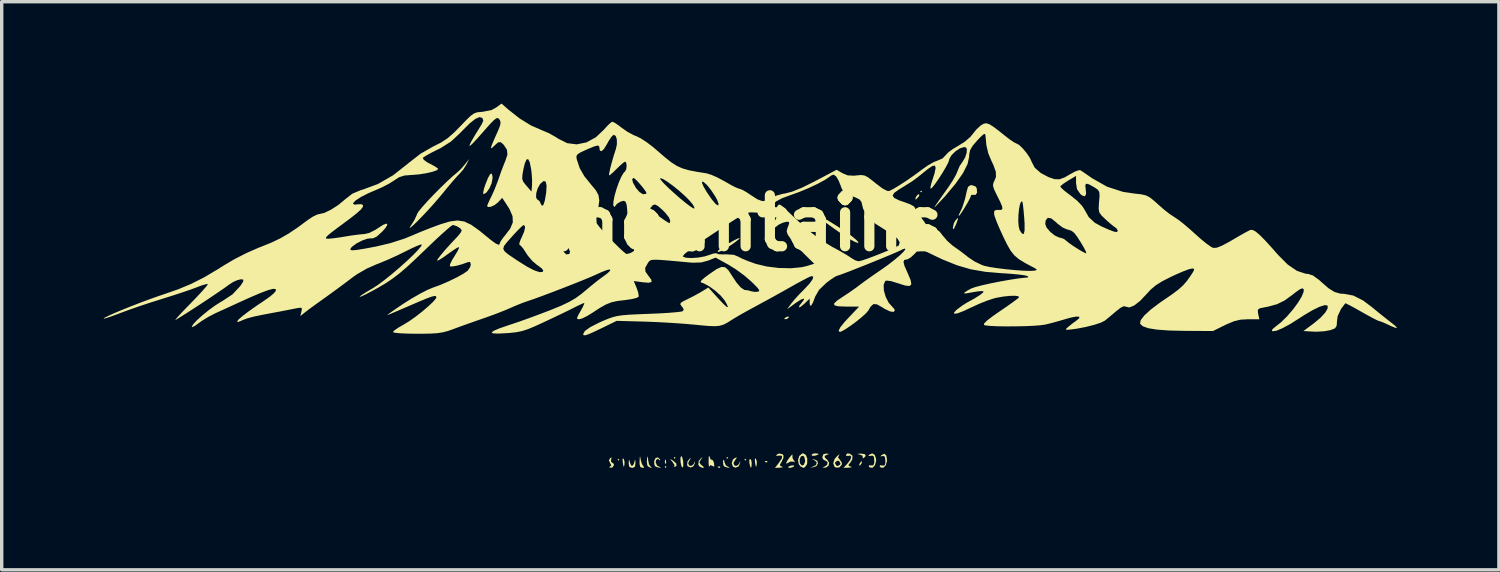
<source format=kicad_pcb>
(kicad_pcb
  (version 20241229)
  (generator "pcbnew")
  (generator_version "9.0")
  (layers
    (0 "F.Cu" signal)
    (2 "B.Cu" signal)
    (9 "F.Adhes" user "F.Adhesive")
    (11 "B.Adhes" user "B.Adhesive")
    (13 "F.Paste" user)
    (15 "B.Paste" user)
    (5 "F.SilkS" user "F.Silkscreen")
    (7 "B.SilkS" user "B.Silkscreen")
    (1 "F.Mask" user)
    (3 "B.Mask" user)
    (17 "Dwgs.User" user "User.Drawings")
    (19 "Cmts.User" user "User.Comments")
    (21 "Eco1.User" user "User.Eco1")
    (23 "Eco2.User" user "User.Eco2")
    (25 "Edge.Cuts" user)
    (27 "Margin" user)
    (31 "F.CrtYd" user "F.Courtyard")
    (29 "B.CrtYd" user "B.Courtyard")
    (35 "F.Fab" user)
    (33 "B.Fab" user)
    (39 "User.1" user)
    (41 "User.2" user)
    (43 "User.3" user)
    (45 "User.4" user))
  (footprint "mountains"
    (layer "F.Cu")
    (at 18.978 3.523)
    (property "Reference" "mountains" (at 0 0 0) (layer "F.SilkS") (effects (font (size 1.5 1.5) (thickness 0.3))))
    (attr board_only exclude_from_pos_files exclude_from_bom)
    (fp_poly (pts (xy -3.789 6.964) (xy -3.815 6.99) (xy -3.842 6.964) (xy -3.815 6.937)) (stroke (width 0) (type solid)) (fill yes) (layer "F.SilkS"))
    (fp_poly (pts (xy -2.401 7.177) (xy -2.428 7.204) (xy -2.455 7.177) (xy -2.428 7.15)) (stroke (width 0) (type solid)) (fill yes) (layer "F.SilkS"))
    (fp_poly (pts (xy -2.134 6.91) (xy -2.161 6.937) (xy -2.188 6.91) (xy -2.161 6.884)) (stroke (width 0) (type solid)) (fill yes) (layer "F.SilkS"))
    (fp_poly (pts (xy -0.587 6.91) (xy -0.614 6.937) (xy -0.64 6.91) (xy -0.614 6.884)) (stroke (width 0) (type solid)) (fill yes) (layer "F.SilkS"))
    (fp_poly (pts (xy -0.053 6.964) (xy -0.08 6.99) (xy -0.107 6.964) (xy -0.08 6.937)) (stroke (width 0) (type solid)) (fill yes) (layer "F.SilkS"))
    (fp_poly (pts (xy 5.123 -0.934) (xy 5.096 -0.907) (xy 5.069 -0.934) (xy 5.096 -0.961)) (stroke (width 0) (type solid)) (fill yes) (layer "F.SilkS"))
    (fp_poly (pts (xy -2.418 6.98) (xy -2.412 7.064) (xy -2.422 7.083) (xy -2.447 7.067) (xy -2.45 7.013) (xy -2.437 6.956)) (stroke (width 0) (type solid)) (fill yes) (layer "F.SilkS"))
    (fp_poly (pts (xy -0.818 7.168) (xy -0.826 7.2) (xy -0.854 7.204) (xy -0.898 7.184) (xy -0.889 7.168) (xy -0.826 7.162)) (stroke (width 0) (type solid)) (fill yes) (layer "F.SilkS"))
    (fp_poly (pts (xy 0.569 7.008) (xy 0.562 7.04) (xy 0.534 7.044) (xy 0.49 7.024) (xy 0.498 7.008) (xy 0.561 7.002)) (stroke (width 0) (type solid)) (fill yes) (layer "F.SilkS"))
    (fp_poly (pts (xy 1.2 2.775) (xy 1.143 2.82) (xy 1.082 2.827) (xy 1.067 2.807) (xy 1.109 2.773) (xy 1.15 2.754) (xy 1.205 2.751)) (stroke (width 0) (type solid)) (fill yes) (layer "F.SilkS"))
    (fp_poly (pts (xy 3.345 7.072) (xy 3.315 7.111) (xy 3.27 7.145) (xy 3.281 7.092) (xy 3.285 7.081) (xy 3.327 7.016) (xy 3.351 7.016)) (stroke (width 0) (type solid)) (fill yes) (layer "F.SilkS"))
    (fp_poly (pts (xy -3.668 6.929) (xy -3.638 7.015) (xy -3.639 7.104) (xy -3.655 7.174) (xy -3.67 7.15) (xy -3.688 7.055) (xy -3.697 6.946) (xy -3.674 6.924)) (stroke (width 0) (type solid)) (fill yes) (layer "F.SilkS"))
    (fp_poly (pts (xy 0.095 6.983) (xy 0.107 7.07) (xy 0.1 7.171) (xy 0.086 7.204) (xy 0.062 7.158) (xy 0.04 7.07) (xy 0.037 6.971) (xy 0.061 6.937)) (stroke (width 0) (type solid)) (fill yes) (layer "F.SilkS"))
    (fp_poly (pts (xy 0.227 6.929) (xy 0.258 7.015) (xy 0.256 7.104) (xy 0.24 7.174) (xy 0.225 7.15) (xy 0.207 7.055) (xy 0.199 6.946) (xy 0.221 6.924)) (stroke (width 0) (type solid)) (fill yes) (layer "F.SilkS"))
    (fp_poly (pts (xy 1.358 7.155) (xy 1.299 7.192) (xy 1.219 7.205) (xy 1.174 7.186) (xy 1.174 7.183) (xy 1.218 7.155) (xy 1.281 7.135) (xy 1.353 7.131)) (stroke (width 0) (type solid)) (fill yes) (layer "F.SilkS"))
    (fp_poly (pts (xy 2.061 6.785) (xy 2.081 6.797) (xy 2.037 6.825) (xy 1.974 6.846) (xy 1.889 6.849) (xy 1.868 6.825) (xy 1.912 6.786) (xy 1.974 6.777)) (stroke (width 0) (type solid)) (fill yes) (layer "F.SilkS"))
    (fp_poly (pts (xy 5.046 -0.822) (xy 5.016 -0.774) (xy 4.953 -0.707) (xy 4.931 -0.694) (xy 4.931 -0.734) (xy 4.943 -0.774) (xy 4.999 -0.844) (xy 5.028 -0.854)) (stroke (width 0) (type solid)) (fill yes) (layer "F.SilkS"))
    (fp_poly (pts (xy 6.183 -0.13) (xy 6.144 -0.016) (xy 6.112 0.061) (xy 6.061 0.164) (xy 6.036 0.17) (xy 6.032 0.13) (xy 6.062 0.000337) (xy 6.108 -0.083) (xy 6.171 -0.153)) (stroke (width 0) (type solid)) (fill yes) (layer "F.SilkS"))
    (fp_poly (pts (xy -2.201 6.996) (xy -2.114 7.076) (xy -2.107 7.146) (xy -2.164 7.178) (xy -2.182 7.169) (xy -2.171 7.163) (xy -2.17 7.112) (xy -2.225 7.031) (xy -2.289 6.956) (xy -2.275 6.951)) (stroke (width 0) (type solid)) (fill yes) (layer "F.SilkS"))
    (fp_poly (pts (xy -1.941 6.885) (xy -1.915 6.99) (xy -1.911 7.017) (xy -1.907 7.155) (xy -1.93 7.2) (xy -1.963 7.148) (xy -1.986 7.041) (xy -1.992 6.92) (xy -1.972 6.855) (xy -1.971 6.855)) (stroke (width 0) (type solid)) (fill yes) (layer "F.SilkS"))
    (fp_poly (pts (xy 3.436 6.8) (xy 3.467 6.851) (xy 3.407 6.915) (xy 3.37 6.922) (xy 3.381 6.896) (xy 3.366 6.843) (xy 3.296 6.815) (xy 3.224 6.798) (xy 3.251 6.789) (xy 3.322 6.784)) (stroke (width 0) (type solid)) (fill yes) (layer "F.SilkS"))
    (fp_poly (pts (xy -3.165 6.942) (xy -3.162 6.963) (xy -3.126 7.09) (xy -3.077 7.163) (xy -3.058 7.195) (xy -3.108 7.203) (xy -3.171 7.181) (xy -3.194 7.094) (xy -3.194 7.004) (xy -3.187 6.884) (xy -3.179 6.865)) (stroke (width 0) (type solid)) (fill yes) (layer "F.SilkS"))
    (fp_poly (pts (xy -0.698 7.026) (xy -0.657 7.129) (xy -0.6 7.167) (xy -0.536 7.187) (xy -0.576 7.196) (xy -0.602 7.198) (xy -0.698 7.165) (xy -0.727 7.125) (xy -0.738 7.013) (xy -0.73 6.979) (xy -0.707 6.967)) (stroke (width 0) (type solid)) (fill yes) (layer "F.SilkS"))
    (fp_poly (pts (xy -2.947 6.899) (xy -2.942 6.973) (xy -2.918 7.098) (xy -2.87 7.168) (xy -2.868 7.168) (xy -2.83 7.193) (xy -2.87 7.2) (xy -2.947 7.161) (xy -2.967 7.128) (xy -2.981 7.016) (xy -2.973 6.928) (xy -2.956 6.864)) (stroke (width 0) (type solid)) (fill yes) (layer "F.SilkS"))
    (fp_poly (pts (xy -7.526 -1.382) (xy -7.524 -1.325) (xy -7.55 -1.178) (xy -7.616 -1.028) (xy -7.7 -0.908) (xy -7.784 -0.854) (xy -7.791 -0.854) (xy -7.8 -0.899) (xy -7.776 -1.015) (xy -7.741 -1.123) (xy -7.659 -1.331) (xy -7.594 -1.445) (xy -7.548 -1.463)) (stroke (width 0) (type solid)) (fill yes) (layer "F.SilkS"))
    (fp_poly (pts (xy -1.353 6.909) (xy -1.388 6.956) (xy -1.434 7.04) (xy -1.395 7.104) (xy -1.362 7.13) (xy -1.298 7.185) (xy -1.323 7.203) (xy -1.345 7.204) (xy -1.434 7.16) (xy -1.464 7.114) (xy -1.454 7.006) (xy -1.406 6.941) (xy -1.343 6.886)) (stroke (width 0) (type solid)) (fill yes) (layer "F.SilkS"))
    (fp_poly (pts (xy 1.933 6.953) (xy 1.948 6.954) (xy 2.039 6.998) (xy 2.058 7.078) (xy 2.011 7.154) (xy 1.921 7.186) (xy 1.836 7.19) (xy 1.854 7.181) (xy 1.908 7.169) (xy 2.005 7.116) (xy 2.021 7.039) (xy 1.951 6.976) (xy 1.934 6.971) (xy 1.883 6.952)) (stroke (width 0) (type solid)) (fill yes) (layer "F.SilkS"))
    (fp_poly (pts (xy -4.029 6.945) (xy -4.031 6.95) (xy -4.036 7.028) (xy -4.008 7.044) (xy -3.955 7.087) (xy -3.949 7.124) (xy -3.992 7.189) (xy -4.042 7.2) (xy -4.094 7.187) (xy -4.067 7.168) (xy -4.025 7.127) (xy -4.062 7.063) (xy -4.098 6.981) (xy -4.061 6.921) (xy -4.017 6.889)) (stroke (width 0) (type solid)) (fill yes) (layer "F.SilkS"))
    (fp_poly (pts (xy -1.136 6.871) (xy -1.103 6.954) (xy -1.07 6.965) (xy -1.029 6.989) (xy -1.001 7.071) (xy -0.993 7.16) (xy -1.027 7.161) (xy -1.043 7.149) (xy -1.11 7.124) (xy -1.138 7.162) (xy -1.153 7.157) (xy -1.162 7.067) (xy -1.162 6.99) (xy -1.157 6.875) (xy -1.145 6.844)) (stroke (width 0) (type solid)) (fill yes) (layer "F.SilkS"))
    (fp_poly (pts (xy -0.242 0.435) (xy -0.272 0.472) (xy -0.368 0.549) (xy -0.472 0.624) (xy -0.659 0.745) (xy -0.801 0.822) (xy -0.883 0.849) (xy -0.893 0.821) (xy -0.888 0.813) (xy -0.829 0.76) (xy -0.712 0.68) (xy -0.566 0.591) (xy -0.42 0.509) (xy -0.303 0.451) (xy -0.243 0.434)) (stroke (width 0) (type solid)) (fill yes) (layer "F.SilkS"))
    (fp_poly (pts (xy 1.307 6.819) (xy 1.308 6.912) (xy 1.343 6.976) (xy 1.385 7.036) (xy 1.354 7.028) (xy 1.345 7.023) (xy 1.251 7.017) (xy 1.198 7.046) (xy 1.136 7.079) (xy 1.122 7.064) (xy 1.154 6.994) (xy 1.229 6.888) (xy 1.233 6.884) (xy 1.297 6.813) (xy 1.311 6.811)) (stroke (width 0) (type solid)) (fill yes) (layer "F.SilkS"))
    (fp_poly (pts (xy -3.32 6.988) (xy -3.316 7.057) (xy -3.329 7.167) (xy -3.395 7.203) (xy -3.415 7.204) (xy -3.494 7.179) (xy -3.515 7.085) (xy -3.515 7.057) (xy -3.507 6.965) (xy -3.496 6.975) (xy -3.484 7.03) (xy -3.449 7.124) (xy -3.415 7.15) (xy -3.371 7.105) (xy -3.346 7.03) (xy -3.329 6.96)) (stroke (width 0) (type solid)) (fill yes) (layer "F.SilkS"))
    (fp_poly (pts (xy -1.695 6.934) (xy -1.751 7.034) (xy -1.761 7.081) (xy -1.728 7.142) (xy -1.657 7.141) (xy -1.596 7.085) (xy -1.586 7.057) (xy -1.57 7.006) (xy -1.568 7.058) (xy -1.569 7.07) (xy -1.611 7.161) (xy -1.694 7.194) (xy -1.774 7.159) (xy -1.795 7.124) (xy -1.784 7.017) (xy -1.729 6.946) (xy -1.677 6.906)) (stroke (width 0) (type solid)) (fill yes) (layer "F.SilkS"))
    (fp_poly (pts (xy -2.658 6.896) (xy -2.593 6.95) (xy -2.587 6.967) (xy -2.595 6.987) (xy -2.601 6.977) (xy -2.659 6.936) (xy -2.71 6.979) (xy -2.721 7.04) (xy -2.68 7.136) (xy -2.628 7.167) (xy -2.563 7.187) (xy -2.603 7.196) (xy -2.63 7.198) (xy -2.726 7.164) (xy -2.755 7.124) (xy -2.767 7.014) (xy -2.731 6.924) (xy -2.666 6.894)) (stroke (width 0) (type solid)) (fill yes) (layer "F.SilkS"))
    (fp_poly (pts (xy -0.354 6.938) (xy -0.36 6.944) (xy -0.419 7.039) (xy -0.427 7.081) (xy -0.393 7.142) (xy -0.323 7.141) (xy -0.262 7.085) (xy -0.252 7.057) (xy -0.236 7.006) (xy -0.234 7.058) (xy -0.235 7.07) (xy -0.278 7.161) (xy -0.366 7.199) (xy -0.443 7.17) (xy -0.481 7.069) (xy -0.447 6.961) (xy -0.387 6.913) (xy -0.326 6.897)) (stroke (width 0) (type solid)) (fill yes) (layer "F.SilkS"))
    (fp_poly (pts (xy 3.731 6.824) (xy 3.77 6.942) (xy 3.771 7) (xy 3.737 7.126) (xy 3.669 7.198) (xy 3.591 7.197) (xy 3.553 7.158) (xy 3.567 7.127) (xy 3.62 7.133) (xy 3.688 7.131) (xy 3.715 7.06) (xy 3.718 6.99) (xy 3.707 6.876) (xy 3.662 6.842) (xy 3.612 6.85) (xy 3.544 6.858) (xy 3.564 6.82) (xy 3.656 6.777)) (stroke (width 0) (type solid)) (fill yes) (layer "F.SilkS"))
    (fp_poly (pts (xy 4.07 6.84) (xy 4.092 6.973) (xy 4.091 7.003) (xy 4.057 7.127) (xy 3.988 7.198) (xy 3.91 7.196) (xy 3.874 7.158) (xy 3.888 7.128) (xy 3.945 7.134) (xy 4.017 7.136) (xy 4.043 7.072) (xy 4.044 6.993) (xy 4.029 6.879) (xy 3.983 6.85) (xy 3.954 6.858) (xy 3.9 6.869) (xy 3.931 6.827) (xy 4.013 6.787)) (stroke (width 0) (type solid)) (fill yes) (layer "F.SilkS"))
    (fp_poly (pts (xy 1.006 6.799) (xy 1.042 6.833) (xy 1.041 6.913) (xy 0.993 7.016) (xy 0.94 7.108) (xy 0.952 7.15) (xy 1.002 7.167) (xy 1.027 7.186) (xy 0.955 7.197) (xy 0.943 7.198) (xy 0.793 7.204) (xy 0.903 7.063) (xy 0.994 6.926) (xy 1.002 6.851) (xy 0.927 6.841) (xy 0.907 6.846) (xy 0.835 6.849) (xy 0.83 6.825) (xy 0.909 6.78)) (stroke (width 0) (type solid)) (fill yes) (layer "F.SilkS"))
    (fp_poly (pts (xy 2.07 -0.239) (xy 2.208 -0.165) (xy 2.39 -0.058) (xy 2.593 0.068) (xy 2.796 0.2) (xy 2.975 0.323) (xy 3.038 0.369) (xy 3.186 0.49) (xy 3.25 0.56) (xy 3.237 0.581) (xy 3.157 0.555) (xy 3.018 0.483) (xy 2.83 0.365) (xy 2.792 0.339) (xy 2.54 0.164) (xy 2.322 0.007) (xy 2.149 -0.123) (xy 2.036 -0.217) (xy 1.993 -0.263) (xy 1.997 -0.267)) (stroke (width 0) (type solid)) (fill yes) (layer "F.SilkS"))
    (fp_poly (pts (xy 2.994 6.786) (xy 3.064 6.836) (xy 3.076 6.859) (xy 3.068 6.958) (xy 3.017 7.041) (xy 2.957 7.117) (xy 2.974 7.151) (xy 3.024 7.166) (xy 3.056 7.185) (xy 2.986 7.197) (xy 2.966 7.198) (xy 2.81 7.204) (xy 2.926 7.08) (xy 3.011 6.967) (xy 3.039 6.879) (xy 3.008 6.841) (xy 2.962 6.85) (xy 2.893 6.851) (xy 2.882 6.829) (xy 2.918 6.781)) (stroke (width 0) (type solid)) (fill yes) (layer "F.SilkS"))
    (fp_poly (pts (xy 2.38 6.792) (xy 2.35 6.81) (xy 2.335 6.814) (xy 2.252 6.853) (xy 2.268 6.911) (xy 2.33 6.963) (xy 2.388 7.053) (xy 2.369 7.145) (xy 2.287 7.196) (xy 2.256 7.198) (xy 2.19 7.19) (xy 2.229 7.174) (xy 2.255 7.167) (xy 2.329 7.115) (xy 2.344 7.042) (xy 2.294 6.993) (xy 2.268 6.99) (xy 2.203 6.946) (xy 2.188 6.884) (xy 2.22 6.8) (xy 2.308 6.783)) (stroke (width 0) (type solid)) (fill yes) (layer "F.SilkS"))
    (fp_poly (pts (xy 6.699 -1.083) (xy 6.735 -1.027) (xy 6.744 -0.898) (xy 6.698 -0.833) (xy 6.64 -0.836) (xy 6.574 -0.833) (xy 6.563 -0.81) (xy 6.538 -0.742) (xy 6.475 -0.621) (xy 6.391 -0.478) (xy 6.306 -0.342) (xy 6.237 -0.244) (xy 6.205 -0.213) (xy 6.205 -0.247) (xy 6.212 -0.259) (xy 6.306 -0.456) (xy 6.388 -0.709) (xy 6.441 -0.947) (xy 6.477 -1.071) (xy 6.549 -1.118) (xy 6.59 -1.121)) (stroke (width 0) (type solid)) (fill yes) (layer "F.SilkS"))
    (fp_poly (pts (xy 2.689 6.821) (xy 2.683 6.827) (xy 2.649 6.9) (xy 2.705 6.965) (xy 2.764 7.058) (xy 2.758 7.116) (xy 2.685 7.193) (xy 2.583 7.195) (xy 2.544 7.168) (xy 2.509 7.07) (xy 2.561 7.07) (xy 2.604 7.141) (xy 2.641 7.15) (xy 2.712 7.108) (xy 2.721 7.07) (xy 2.679 7) (xy 2.641 6.99) (xy 2.571 7.033) (xy 2.561 7.07) (xy 2.509 7.07) (xy 2.508 7.066) (xy 2.551 6.94) (xy 2.628 6.853) (xy 2.692 6.805)) (stroke (width 0) (type solid)) (fill yes) (layer "F.SilkS"))
    (fp_poly (pts (xy 1.701 6.823) (xy 1.744 6.934) (xy 1.741 7.071) (xy 1.734 7.097) (xy 1.676 7.184) (xy 1.626 7.204) (xy 1.544 7.162) (xy 1.494 7.097) (xy 1.47 6.973) (xy 1.477 6.954) (xy 1.518 6.954) (xy 1.526 7.064) (xy 1.529 7.073) (xy 1.584 7.136) (xy 1.644 7.114) (xy 1.679 7.022) (xy 1.681 6.99) (xy 1.658 6.886) (xy 1.621 6.846) (xy 1.556 6.867) (xy 1.518 6.954) (xy 1.477 6.954) (xy 1.508 6.854) (xy 1.591 6.783) (xy 1.626 6.777)) (stroke (width 0) (type solid)) (fill yes) (layer "F.SilkS"))
    (fp_poly (pts (xy -8.29 -1.734) (xy -8.384 -1.584) (xy -8.486 -1.467) (xy -8.567 -1.383) (xy -8.696 -1.237) (xy -8.853 -1.051) (xy -8.992 -0.88) (xy -9.136 -0.709) (xy -9.294 -0.528) (xy -9.456 -0.35) (xy -9.613 -0.185) (xy -9.752 -0.043) (xy -9.865 0.065) (xy -9.94 0.128) (xy -9.967 0.136) (xy -9.935 0.078) (xy -9.917 0.053) (xy -9.823 -0.098) (xy -9.757 -0.24) (xy -9.749 -0.268) (xy -9.702 -0.346) (xy -9.592 -0.479) (xy -9.438 -0.651) (xy -9.253 -0.846) (xy -9.055 -1.046) (xy -8.861 -1.234) (xy -8.685 -1.394) (xy -8.563 -1.496) (xy -8.457 -1.595) (xy -8.343 -1.726) (xy -8.335 -1.736) (xy -8.212 -1.894)) (stroke (width 0) (type solid)) (fill yes) (layer "F.SilkS"))
    (fp_poly (pts (xy -7.058 -3.346) (xy -6.728 -3.086) (xy -6.391 -2.878) (xy -6.08 -2.742) (xy -5.868 -2.653) (xy -5.654 -2.533) (xy -5.589 -2.489) (xy -5.326 -2.357) (xy -5.043 -2.322) (xy -4.756 -2.381) (xy -4.481 -2.531) (xy -4.247 -2.753) (xy -4.131 -2.881) (xy -4.037 -2.966) (xy -3.995 -2.988) (xy -3.925 -2.957) (xy -3.806 -2.877) (xy -3.718 -2.808) (xy -3.545 -2.688) (xy -3.362 -2.591) (xy -3.289 -2.562) (xy -3.156 -2.497) (xy -2.976 -2.379) (xy -2.782 -2.23) (xy -2.71 -2.168) (xy -2.463 -1.955) (xy -2.269 -1.799) (xy -2.101 -1.69) (xy -1.932 -1.614) (xy -1.736 -1.558) (xy -1.485 -1.51) (xy -1.223 -1.469) (xy -1.082 -1.426) (xy -0.892 -1.342) (xy -0.692 -1.234) (xy -0.679 -1.227) (xy -0.501 -1.125) (xy -0.352 -1.049) (xy -0.26 -1.015) (xy -0.252 -1.014) (xy -0.172 -0.985) (xy -0.039 -0.909) (xy 0.084 -0.827) (xy 0.275 -0.704) (xy 0.419 -0.651) (xy 0.545 -0.665) (xy 0.681 -0.741) (xy 0.683 -0.742) (xy 0.825 -0.81) (xy 1.013 -0.863) (xy 1.087 -0.875) (xy 1.298 -0.929) (xy 1.589 -1.047) (xy 1.959 -1.23) (xy 1.978 -1.24) (xy 2.609 -1.574) (xy 2.777 -1.474) (xy 2.936 -1.408) (xy 3.119 -1.399) (xy 3.194 -1.407) (xy 3.325 -1.419) (xy 3.426 -1.406) (xy 3.527 -1.356) (xy 3.661 -1.255) (xy 3.756 -1.177) (xy 3.954 -1.027) (xy 4.094 -0.953) (xy 4.156 -0.948) (xy 4.278 -1.009) (xy 4.459 -1.118) (xy 4.675 -1.259) (xy 4.898 -1.414) (xy 5.105 -1.567) (xy 5.125 -1.582) (xy 5.3 -1.705) (xy 5.468 -1.8) (xy 5.586 -1.846) (xy 5.728 -1.908) (xy 5.815 -1.998) (xy 5.895 -2.085) (xy 6.038 -2.19) (xy 6.179 -2.272) (xy 6.384 -2.401) (xy 6.55 -2.545) (xy 6.604 -2.612) (xy 6.72 -2.757) (xy 6.847 -2.874) (xy 6.867 -2.888) (xy 6.943 -2.931) (xy 7.014 -2.943) (xy 7.099 -2.918) (xy 7.216 -2.847) (xy 7.382 -2.722) (xy 7.566 -2.575) (xy 7.716 -2.46) (xy 7.837 -2.379) (xy 7.902 -2.348) (xy 7.981 -2.307) (xy 8.089 -2.203) (xy 8.203 -2.066) (xy 8.299 -1.924) (xy 8.352 -1.808) (xy 8.354 -1.802) (xy 8.441 -1.636) (xy 8.619 -1.479) (xy 8.851 -1.356) (xy 9.026 -1.297) (xy 9.17 -1.293) (xy 9.324 -1.349) (xy 9.478 -1.439) (xy 9.625 -1.52) (xy 9.741 -1.562) (xy 9.786 -1.561) (xy 9.858 -1.513) (xy 9.988 -1.424) (xy 10.133 -1.324) (xy 10.57 -1.076) (xy 11.042 -0.923) (xy 11.381 -0.873) (xy 11.579 -0.851) (xy 11.717 -0.819) (xy 11.833 -0.759) (xy 11.964 -0.654) (xy 12.077 -0.552) (xy 12.25 -0.401) (xy 12.418 -0.269) (xy 12.547 -0.184) (xy 12.557 -0.178) (xy 12.667 -0.105) (xy 12.829 0.022) (xy 13.018 0.183) (xy 13.151 0.303) (xy 13.337 0.468) (xy 13.506 0.606) (xy 13.637 0.698) (xy 13.696 0.727) (xy 13.799 0.722) (xy 13.956 0.661) (xy 14.181 0.541) (xy 14.259 0.495) (xy 14.461 0.376) (xy 14.636 0.278) (xy 14.759 0.213) (xy 14.794 0.197) (xy 14.859 0.198) (xy 14.948 0.246) (xy 15.071 0.35) (xy 15.236 0.517) (xy 15.453 0.756) (xy 15.604 0.929) (xy 15.891 1.217) (xy 16.164 1.403) (xy 16.422 1.488) (xy 16.494 1.493) (xy 16.634 1.539) (xy 16.818 1.673) (xy 16.892 1.74) (xy 17.097 1.918) (xy 17.269 2.024) (xy 17.435 2.073) (xy 17.561 2.081) (xy 17.823 2.13) (xy 18.112 2.276) (xy 18.373 2.472) (xy 18.568 2.633) (xy 18.779 2.801) (xy 18.907 2.901) (xy 19.054 3.018) (xy 19.11 3.079) (xy 19.075 3.084) (xy 18.948 3.035) (xy 18.849 2.988) (xy 18.707 2.924) (xy 18.606 2.886) (xy 18.583 2.882) (xy 18.521 2.856) (xy 18.388 2.789) (xy 18.207 2.69) (xy 18.068 2.612) (xy 17.871 2.501) (xy 17.712 2.415) (xy 17.612 2.366) (xy 17.587 2.358) (xy 17.55 2.407) (xy 17.475 2.507) (xy 17.459 2.529) (xy 17.362 2.736) (xy 17.342 2.887) (xy 17.333 3.022) (xy 17.285 3.094) (xy 17.167 3.143) (xy 17.142 3.15) (xy 16.969 3.181) (xy 16.755 3.195) (xy 16.649 3.192) (xy 16.355 3.175) (xy 16.665 2.944) (xy 16.856 2.785) (xy 16.994 2.635) (xy 17.068 2.511) (xy 17.065 2.427) (xy 17.061 2.422) (xy 16.98 2.412) (xy 16.828 2.461) (xy 16.62 2.562) (xy 16.371 2.71) (xy 16.241 2.794) (xy 15.973 2.964) (xy 15.743 3.089) (xy 15.565 3.164) (xy 15.452 3.182) (xy 15.426 3.169) (xy 15.442 3.121) (xy 15.525 3.05) (xy 15.527 3.049) (xy 15.697 2.915) (xy 15.874 2.74) (xy 16.045 2.542) (xy 16.192 2.343) (xy 16.303 2.161) (xy 16.361 2.017) (xy 16.362 1.946) (xy 16.327 1.916) (xy 16.255 1.942) (xy 16.129 2.03) (xy 16.041 2.1) (xy 15.807 2.271) (xy 15.582 2.383) (xy 15.319 2.456) (xy 15.191 2.48) (xy 15.061 2.508) (xy 15.011 2.553) (xy 15.016 2.642) (xy 15.022 2.671) (xy 15.056 2.828) (xy 14.725 2.828) (xy 14.505 2.84) (xy 14.311 2.886) (xy 14.091 2.978) (xy 14.041 3.002) (xy 13.689 3.175) (xy 12.861 3.17) (xy 12.404 3.16) (xy 12.048 3.134) (xy 11.789 3.093) (xy 11.622 3.034) (xy 11.544 2.958) (xy 11.543 2.955) (xy 11.561 2.858) (xy 11.666 2.72) (xy 11.851 2.549) (xy 12.109 2.353) (xy 12.237 2.265) (xy 12.489 2.092) (xy 12.671 1.955) (xy 12.807 1.833) (xy 12.918 1.707) (xy 13.023 1.561) (xy 13.109 1.428) (xy 13.138 1.361) (xy 13.113 1.337) (xy 13.072 1.334) (xy 12.981 1.356) (xy 12.82 1.416) (xy 12.616 1.503) (xy 12.466 1.573) (xy 12.2 1.707) (xy 12.006 1.828) (xy 11.854 1.957) (xy 11.739 2.082) (xy 11.544 2.288) (xy 11.369 2.424) (xy 11.225 2.481) (xy 11.13 2.458) (xy 11.065 2.443) (xy 10.964 2.494) (xy 10.827 2.602) (xy 10.682 2.725) (xy 10.559 2.827) (xy 10.505 2.87) (xy 10.387 2.929) (xy 10.192 2.993) (xy 9.95 3.054) (xy 9.69 3.104) (xy 9.578 3.12) (xy 9.424 3.138) (xy 9.359 3.136) (xy 9.369 3.107) (xy 9.421 3.058) (xy 9.553 2.952) (xy 9.661 2.874) (xy 9.754 2.796) (xy 9.752 2.754) (xy 9.663 2.749) (xy 9.493 2.782) (xy 9.355 2.821) (xy 9.129 2.887) (xy 8.904 2.948) (xy 8.751 2.985) (xy 8.609 3.005) (xy 8.399 3.021) (xy 8.144 3.032) (xy 7.866 3.037) (xy 7.589 3.038) (xy 7.335 3.034) (xy 7.127 3.024) (xy 6.989 3.009) (xy 6.948 2.996) (xy 6.952 2.952) (xy 7.04 2.864) (xy 7.216 2.73) (xy 7.415 2.592) (xy 7.625 2.448) (xy 7.802 2.323) (xy 7.926 2.23) (xy 7.981 2.183) (xy 7.981 2.183) (xy 7.958 2.15) (xy 7.856 2.136) (xy 7.697 2.14) (xy 7.507 2.161) (xy 7.309 2.197) (xy 7.251 2.211) (xy 7.05 2.276) (xy 6.808 2.372) (xy 6.578 2.478) (xy 6.577 2.478) (xy 6.348 2.585) (xy 6.181 2.649) (xy 6.083 2.668) (xy 6.061 2.64) (xy 6.125 2.566) (xy 6.163 2.533) (xy 6.308 2.425) (xy 6.446 2.338) (xy 6.457 2.332) (xy 6.668 2.216) (xy 6.828 2.115) (xy 6.921 2.041) (xy 6.937 2.016) (xy 6.895 1.997) (xy 6.765 2.007) (xy 6.541 2.045) (xy 6.47 2.059) (xy 6.37 2.071) (xy 6.368 2.045) (xy 6.464 1.981) (xy 6.568 1.925) (xy 6.688 1.881) (xy 6.887 1.829) (xy 7.14 1.772) (xy 7.421 1.716) (xy 7.703 1.666) (xy 7.961 1.626) (xy 8.168 1.603) (xy 8.237 1.599) (xy 8.252 1.579) (xy 8.218 1.553) (xy 8.136 1.533) (xy 7.97 1.511) (xy 7.746 1.49) (xy 7.486 1.473) (xy 7.476 1.473) (xy 6.986 1.431) (xy 6.559 1.357) (xy 6.157 1.24) (xy 5.737 1.071) (xy 5.554 0.985) (xy 5.051 0.743) (xy 4.903 0.905) (xy 4.791 1.008) (xy 4.695 1.064) (xy 4.675 1.067) (xy 4.6 1.082) (xy 4.577 1.139) (xy 4.605 1.253) (xy 4.687 1.44) (xy 4.699 1.467) (xy 4.787 1.672) (xy 4.809 1.797) (xy 4.758 1.849) (xy 4.626 1.836) (xy 4.42 1.77) (xy 4.205 1.704) (xy 4.073 1.69) (xy 4.038 1.704) (xy 3.992 1.817) (xy 4 1.984) (xy 4.053 2.169) (xy 4.142 2.342) (xy 4.239 2.452) (xy 4.308 2.529) (xy 4.322 2.568) (xy 4.283 2.613) (xy 4.178 2.596) (xy 4.022 2.521) (xy 3.951 2.476) (xy 3.797 2.389) (xy 3.693 2.381) (xy 3.608 2.458) (xy 3.547 2.564) (xy 3.477 2.648) (xy 3.348 2.765) (xy 3.185 2.898) (xy 3.011 3.025) (xy 2.854 3.13) (xy 2.738 3.192) (xy 2.702 3.202) (xy 2.666 3.169) (xy 2.713 3.071) (xy 2.843 2.908) (xy 2.97 2.771) (xy 3.271 2.455) (xy 2.885 2.455) (xy 2.664 2.447) (xy 2.547 2.42) (xy 2.531 2.368) (xy 2.616 2.283) (xy 2.797 2.161) (xy 2.994 2.031) (xy 3.197 1.887) (xy 3.274 1.828) (xy 3.421 1.719) (xy 3.621 1.576) (xy 3.841 1.424) (xy 3.922 1.369) (xy 4.122 1.227) (xy 4.302 1.088) (xy 4.453 0.961) (xy 4.564 0.855) (xy 4.626 0.78) (xy 4.629 0.746) (xy 4.563 0.763) (xy 4.495 0.797) (xy 4.403 0.84) (xy 4.238 0.911) (xy 4.02 1.002) (xy 3.768 1.105) (xy 3.502 1.213) (xy 3.239 1.317) (xy 3.001 1.411) (xy 2.806 1.485) (xy 2.674 1.533) (xy 2.625 1.547) (xy 2.558 1.578) (xy 2.436 1.659) (xy 2.304 1.758) (xy 2.091 1.963) (xy 1.976 2.163) (xy 1.973 2.172) (xy 1.911 2.337) (xy 1.859 2.424) (xy 1.824 2.423) (xy 1.814 2.349) (xy 1.814 2.221) (xy 1.654 2.375) (xy 1.546 2.464) (xy 1.496 2.478) (xy 1.515 2.423) (xy 1.583 2.338) (xy 1.649 2.249) (xy 1.638 2.219) (xy 1.559 2.248) (xy 1.421 2.336) (xy 1.384 2.362) (xy 1.149 2.535) (xy 1.264 2.375) (xy 1.362 2.254) (xy 1.506 2.096) (xy 1.65 1.95) (xy 1.803 1.787) (xy 1.895 1.66) (xy 1.922 1.58) (xy 1.879 1.558) (xy 1.828 1.572) (xy 1.741 1.613) (xy 1.589 1.693) (xy 1.397 1.797) (xy 1.307 1.848) (xy 1.055 1.99) (xy 0.863 2.097) (xy 0.701 2.187) (xy 0.536 2.277) (xy 0.338 2.384) (xy 0.16 2.481) (xy -0.058 2.6) (xy -0.258 2.713) (xy -0.409 2.802) (xy -0.454 2.83) (xy -0.599 2.922) (xy -0.717 2.984) (xy -0.834 3.02) (xy -0.972 3.033) (xy -1.157 3.026) (xy -1.412 3.004) (xy -1.562 2.989) (xy -1.896 2.96) (xy -2.288 2.933) (xy -2.691 2.911) (xy -3.057 2.897) (xy -3.068 2.897) (xy -3.869 2.875) (xy -4.313 3.092) (xy -4.551 3.205) (xy -4.709 3.274) (xy -4.803 3.302) (xy -4.846 3.294) (xy -4.856 3.263) (xy -4.804 3.173) (xy -4.649 3.062) (xy -4.394 2.931) (xy -4.266 2.874) (xy -4.117 2.812) (xy -3.988 2.767) (xy -3.856 2.734) (xy -3.702 2.711) (xy -3.502 2.694) (xy -3.236 2.681) (xy -2.933 2.669) (xy -2.624 2.656) (xy -2.35 2.64) (xy -2.13 2.622) (xy -1.983 2.605) (xy -1.929 2.593) (xy -1.892 2.543) (xy -1.938 2.465) (xy -1.949 2.454) (xy -1.994 2.392) (xy -1.982 2.346) (xy -1.897 2.292) (xy -1.805 2.248) (xy -1.61 2.15) (xy -1.414 2.042) (xy -1.371 2.016) (xy -1.168 1.894) (xy -0.879 2.214) (xy -0.721 2.381) (xy -0.625 2.467) (xy -0.592 2.47) (xy -0.623 2.39) (xy -0.691 2.271) (xy -0.806 2.132) (xy -0.97 1.984) (xy -1.149 1.854) (xy -1.308 1.769) (xy -1.361 1.753) (xy -1.398 1.731) (xy -1.372 1.683) (xy -1.274 1.597) (xy -1.122 1.485) (xy -0.922 1.35) (xy -0.78 1.287) (xy -0.673 1.298) (xy -0.577 1.386) (xy -0.468 1.554) (xy -0.465 1.56) (xy -0.338 1.75) (xy -0.215 1.891) (xy -0.112 1.963) (xy -0.073 1.968) (xy 0.011 1.978) (xy 0.063 1.997) (xy 0.189 2.022) (xy 0.272 2.019) (xy 0.324 2.003) (xy 0.327 1.967) (xy 0.273 1.895) (xy 0.152 1.772) (xy 0.092 1.714) (xy -0.115 1.536) (xy -0.363 1.355) (xy -0.581 1.22) (xy -0.956 1.013) (xy -1.173 1.1) (xy -1.377 1.155) (xy -1.619 1.163) (xy -1.722 1.156) (xy -2.098 1.121) (xy -2.381 1.096) (xy -2.587 1.08) (xy -2.728 1.075) (xy -2.82 1.079) (xy -2.876 1.094) (xy -2.911 1.12) (xy -2.939 1.157) (xy -2.954 1.179) (xy -3.029 1.315) (xy -3.022 1.424) (xy -2.935 1.547) (xy -2.847 1.666) (xy -2.843 1.732) (xy -2.93 1.753) (xy -3.097 1.739) (xy -3.365 1.703) (xy -3.282 1.903) (xy -3.234 2.044) (xy -3.219 2.148) (xy -3.222 2.164) (xy -3.283 2.199) (xy -3.422 2.234) (xy -3.611 2.262) (xy -3.635 2.265) (xy -3.854 2.291) (xy -4.027 2.33) (xy -4.185 2.393) (xy -4.364 2.494) (xy -4.581 2.636) (xy -4.746 2.737) (xy -4.89 2.806) (xy -4.97 2.828) (xy -5.026 2.821) (xy -5.036 2.785) (xy -4.995 2.697) (xy -4.933 2.588) (xy -4.86 2.454) (xy -4.823 2.367) (xy -4.825 2.348) (xy -4.886 2.371) (xy -5.01 2.429) (xy -5.11 2.479) (xy -5.257 2.553) (xy -5.473 2.658) (xy -5.728 2.78) (xy -5.994 2.905) (xy -5.998 2.907) (xy -6.272 3.033) (xy -6.48 3.119) (xy -6.653 3.175) (xy -6.819 3.209) (xy -7.009 3.23) (xy -7.113 3.238) (xy -7.361 3.25) (xy -7.507 3.244) (xy -7.551 3.217) (xy -7.492 3.17) (xy -7.331 3.1) (xy -7.066 3.008) (xy -7.003 2.987) (xy -6.74 2.899) (xy -6.421 2.785) (xy -6.088 2.661) (xy -5.816 2.557) (xy -5.506 2.43) (xy -5.27 2.318) (xy -5.079 2.207) (xy -4.906 2.081) (xy -4.803 1.996) (xy -4.613 1.837) (xy -4.427 1.688) (xy -4.278 1.577) (xy -4.256 1.562) (xy -4.135 1.471) (xy -4.064 1.4) (xy -4.055 1.382) (xy -4.08 1.362) (xy -4.162 1.38) (xy -4.315 1.44) (xy -4.537 1.54) (xy -4.693 1.607) (xy -4.922 1.701) (xy -5.2 1.812) (xy -5.503 1.93) (xy -5.806 2.046) (xy -6.086 2.151) (xy -6.317 2.235) (xy -6.476 2.289) (xy -6.483 2.291) (xy -6.655 2.352) (xy -6.865 2.437) (xy -6.99 2.492) (xy -7.175 2.571) (xy -7.42 2.667) (xy -7.683 2.763) (xy -7.791 2.801) (xy -8.062 2.895) (xy -8.348 2.996) (xy -8.598 3.087) (xy -8.671 3.115) (xy -8.838 3.174) (xy -8.988 3.213) (xy -9.149 3.238) (xy -9.349 3.25) (xy -9.615 3.255) (xy -9.752 3.255) (xy -10.027 3.251) (xy -10.247 3.241) (xy -10.397 3.226) (xy -10.458 3.207) (xy -10.459 3.205) (xy -10.415 3.156) (xy -10.301 3.077) (xy -10.141 2.985) (xy -9.979 2.887) (xy -9.793 2.755) (xy -9.601 2.606) (xy -9.425 2.456) (xy -9.283 2.323) (xy -9.196 2.223) (xy -9.178 2.183) (xy -9.189 2.15) (xy -9.23 2.142) (xy -9.315 2.161) (xy -9.458 2.214) (xy -9.673 2.302) (xy -9.914 2.406) (xy -10.157 2.511) (xy -10.37 2.602) (xy -10.53 2.67) (xy -10.615 2.705) (xy -10.619 2.706) (xy -10.608 2.69) (xy -10.522 2.626) (xy -10.374 2.522) (xy -10.178 2.39) (xy -10.139 2.364) (xy -9.893 2.21) (xy -9.647 2.069) (xy -9.431 1.959) (xy -9.285 1.899) (xy -9.061 1.817) (xy -8.815 1.711) (xy -8.579 1.596) (xy -8.382 1.487) (xy -8.258 1.401) (xy -8.183 1.292) (xy -8.164 1.213) (xy -8.186 1.139) (xy -8.258 1.149) (xy -8.423 1.209) (xy -8.589 1.254) (xy -8.721 1.275) (xy -8.783 1.267) (xy -8.775 1.207) (xy -8.718 1.09) (xy -8.651 0.981) (xy -8.565 0.84) (xy -8.523 0.754) (xy -7.209 0.754) (xy -7.166 0.832) (xy -7.051 0.926) (xy -6.858 1.056) (xy -6.777 1.11) (xy -6.513 1.276) (xy -6.297 1.388) (xy -6.139 1.441) (xy -6.048 1.434) (xy -6.03 1.392) (xy -6.071 1.335) (xy -6.174 1.255) (xy -6.213 1.23) (xy -6.351 1.113) (xy -6.465 0.979) (xy -1.922 0.979) (xy -1.92 0.983) (xy -1.827 1.017) (xy -1.665 1.026) (xy -1.469 1.012) (xy -1.275 0.977) (xy -1.141 0.934) (xy -1.011 0.891) (xy -0.931 0.884) (xy -0.921 0.892) (xy -0.865 0.913) (xy -0.738 0.919) (xy -0.666 0.915) (xy -0.42 0.93) (xy -0.293 0.983) (xy -0.177 1.042) (xy 0.004 1.117) (xy 0.211 1.191) (xy 0.227 1.197) (xy 0.546 1.274) (xy 0.904 1.318) (xy 1.26 1.326) (xy 1.579 1.296) (xy 1.734 1.26) (xy 1.948 1.193) (xy 1.68 0.93) (xy 1.515 0.761) (xy 1.358 0.586) (xy 1.259 0.465) (xy 1.167 0.333) (xy 1.137 0.241) (xy 1.157 0.15) (xy 1.168 0.125) (xy 1.207 0.018) (xy 1.209 -0.036) (xy 1.138 -0.044) (xy 1.022 -0.014) (xy 0.907 0.04) (xy 0.849 0.085) (xy 0.758 0.15) (xy 0.712 0.16) (xy 0.678 0.137) (xy 0.714 0.058) (xy 0.753 0.004) (xy 0.836 -0.163) (xy 0.837 -0.272) (xy 0.835 -0.413) (xy 0.861 -0.495) (xy 0.896 -0.543) (xy 0.941 -0.546) (xy 1.016 -0.496) (xy 1.139 -0.382) (xy 1.192 -0.33) (xy 1.572 0.027) (xy 1.904 0.31) (xy 2.204 0.531) (xy 2.488 0.702) (xy 2.516 0.716) (xy 2.717 0.826) (xy 2.896 0.93) (xy 3.019 1.009) (xy 3.035 1.021) (xy 3.156 1.093) (xy 3.253 1.121) (xy 3.341 1.101) (xy 3.499 1.049) (xy 3.701 0.974) (xy 3.92 0.888) (xy 4.13 0.802) (xy 4.305 0.724) (xy 4.417 0.667) (xy 4.441 0.65) (xy 4.465 0.561) (xy 4.396 0.448) (xy 4.24 0.319) (xy 4.062 0.213) (xy 3.747 0.013) (xy 3.521 -0.2) (xy 3.391 -0.419) (xy 3.367 -0.509) (xy 3.338 -0.628) (xy 3.281 -0.701) (xy 3.166 -0.758) (xy 3.068 -0.792) (xy 3.01 -0.814) (xy 4.257 -0.814) (xy 4.303 -0.745) (xy 4.446 -0.674) (xy 4.616 -0.616) (xy 4.775 -0.556) (xy 4.881 -0.497) (xy 4.909 -0.461) (xy 4.941 -0.384) (xy 5.02 -0.265) (xy 5.061 -0.212) (xy 5.17 -0.07) (xy 5.256 0.057) (xy 5.273 0.086) (xy 5.36 0.172) (xy 5.457 0.175) (xy 5.554 0.181) (xy 5.646 0.253) (xy 5.725 0.356) (xy 5.864 0.518) (xy 6.03 0.665) (xy 6.069 0.692) (xy 6.238 0.811) (xy 6.422 0.952) (xy 6.482 1.001) (xy 6.669 1.126) (xy 6.886 1.23) (xy 6.963 1.256) (xy 7.122 1.291) (xy 7.346 1.325) (xy 7.606 1.356) (xy 7.874 1.382) (xy 8.122 1.399) (xy 8.321 1.404) (xy 8.444 1.396) (xy 8.446 1.396) (xy 8.504 1.374) (xy 8.472 1.34) (xy 8.42 1.311) (xy 8.161 1.173) (xy 7.975 1.059) (xy 7.84 0.945) (xy 7.732 0.809) (xy 7.628 0.627) (xy 7.517 0.402) (xy 7.411 0.171) (xy 7.323 -0.037) (xy 7.313 -0.064) (xy 7.958 -0.064) (xy 7.969 0.091) (xy 7.997 0.199) (xy 7.999 0.205) (xy 8.071 0.31) (xy 8.119 0.314) (xy 8.143 0.214) (xy 8.143 0.027) (xy 8.751 0.027) (xy 8.794 0.133) (xy 8.899 0.255) (xy 9.032 0.361) (xy 9.161 0.422) (xy 9.197 0.427) (xy 9.3 0.462) (xy 9.354 0.504) (xy 9.441 0.575) (xy 9.571 0.667) (xy 9.716 0.76) (xy 9.849 0.839) (xy 9.94 0.883) (xy 9.963 0.887) (xy 9.948 0.835) (xy 9.889 0.719) (xy 9.807 0.58) (xy 9.693 0.399) (xy 9.608 0.288) (xy 9.529 0.226) (xy 9.434 0.192) (xy 9.383 0.18) (xy 9.259 0.123) (xy 9.116 0.016) (xy 9.067 -0.031) (xy 8.928 -0.142) (xy 8.825 -0.159) (xy 8.764 -0.082) (xy 8.751 0.027) (xy 8.143 0.027) (xy 8.143 0.011) (xy 8.133 -0.147) (xy 8.115 -0.358) (xy 8.097 -0.525) (xy 8.082 -0.622) (xy 8.077 -0.636) (xy 8.038 -0.633) (xy 8.005 -0.549) (xy 7.979 -0.409) (xy 7.962 -0.239) (xy 7.958 -0.064) (xy 7.313 -0.064) (xy 7.265 -0.195) (xy 7.245 -0.269) (xy 7.25 -0.364) (xy 7.315 -0.392) (xy 7.374 -0.391) (xy 7.454 -0.392) (xy 7.49 -0.422) (xy 7.481 -0.495) (xy 7.425 -0.629) (xy 7.32 -0.84) (xy 7.241 -1.006) (xy 7.22 -1.082) (xy 9.195 -1.082) (xy 9.23 -1.033) (xy 9.332 -0.943) (xy 9.481 -0.829) (xy 9.505 -0.812) (xy 9.693 -0.66) (xy 9.837 -0.51) (xy 9.901 -0.411) (xy 10.033 -0.179) (xy 10.21 -0.014) (xy 10.405 0.093) (xy 10.628 0.192) (xy 10.771 0.246) (xy 10.851 0.26) (xy 10.883 0.237) (xy 10.886 0.216) (xy 10.845 0.148) (xy 10.81 0.123) (xy 10.73 0.064) (xy 10.606 -0.041) (xy 10.522 -0.118) (xy 10.404 -0.232) (xy 10.343 -0.321) (xy 10.324 -0.426) (xy 10.333 -0.588) (xy 10.337 -0.634) (xy 10.351 -0.813) (xy 10.342 -0.918) (xy 10.3 -0.986) (xy 10.211 -1.048) (xy 10.186 -1.063) (xy 10.035 -1.147) (xy 9.954 -1.164) (xy 9.93 -1.112) (xy 9.94 -1.031) (xy 9.955 -0.866) (xy 9.921 -0.793) (xy 9.841 -0.814) (xy 9.785 -0.86) (xy 9.686 -1.004) (xy 9.658 -1.186) (xy 9.658 -1.393) (xy 9.432 -1.259) (xy 9.299 -1.172) (xy 9.212 -1.104) (xy 9.195 -1.082) (xy 7.22 -1.082) (xy 7.212 -1.114) (xy 7.226 -1.193) (xy 7.244 -1.226) (xy 7.3 -1.362) (xy 7.296 -1.514) (xy 7.227 -1.709) (xy 7.174 -1.82) (xy 7.075 -2.053) (xy 7.018 -2.298) (xy 6.991 -2.588) (xy 6.976 -2.632) (xy 6.927 -2.614) (xy 6.833 -2.526) (xy 6.748 -2.436) (xy 6.613 -2.279) (xy 6.541 -2.156) (xy 6.513 -2.033) (xy 6.51 -1.956) (xy 6.464 -1.743) (xy 6.33 -1.476) (xy 6.107 -1.159) (xy 5.799 -0.792) (xy 5.637 -0.618) (xy 5.557 -0.533) (xy 5.505 -0.479) (xy 5.486 -0.465) (xy 5.505 -0.5) (xy 5.568 -0.593) (xy 5.68 -0.753) (xy 5.847 -0.988) (xy 5.911 -1.079) (xy 6.028 -1.258) (xy 6.121 -1.423) (xy 6.17 -1.538) (xy 6.171 -1.541) (xy 6.233 -1.689) (xy 6.307 -1.795) (xy 6.392 -1.934) (xy 6.437 -2.075) (xy 6.444 -2.192) (xy 6.405 -2.236) (xy 6.357 -2.241) (xy 6.238 -2.204) (xy 6.103 -2.114) (xy 5.988 -1.999) (xy 5.926 -1.891) (xy 5.923 -1.868) (xy 5.896 -1.788) (xy 5.825 -1.652) (xy 5.727 -1.486) (xy 5.617 -1.314) (xy 5.511 -1.161) (xy 5.426 -1.053) (xy 5.379 -1.014) (xy 5.37 -1.058) (xy 5.396 -1.168) (xy 5.41 -1.214) (xy 5.491 -1.466) (xy 5.524 -1.625) (xy 5.504 -1.697) (xy 5.429 -1.686) (xy 5.294 -1.596) (xy 5.179 -1.503) (xy 5.021 -1.375) (xy 4.875 -1.265) (xy 4.803 -1.216) (xy 4.676 -1.137) (xy 4.511 -1.034) (xy 4.438 -0.99) (xy 4.304 -0.893) (xy 4.257 -0.814) (xy 3.01 -0.814) (xy 2.905 -0.855) (xy 2.811 -0.926) (xy 2.752 -1.035) (xy 2.732 -1.094) (xy 2.67 -1.248) (xy 2.603 -1.365) (xy 2.587 -1.384) (xy 2.517 -1.432) (xy 2.444 -1.402) (xy 2.416 -1.379) (xy 2.27 -1.28) (xy 2.049 -1.16) (xy 1.784 -1.035) (xy 1.501 -0.918) (xy 1.249 -0.827) (xy 1.004 -0.737) (xy 0.832 -0.645) (xy 0.7 -0.532) (xy 0.667 -0.496) (xy 0.557 -0.379) (xy 0.462 -0.323) (xy 0.334 -0.309) (xy 0.223 -0.313) (xy 0.139 -0.318) (xy 0.066 -0.318) (xy -0.006 -0.306) (xy -0.089 -0.277) (xy -0.196 -0.224) (xy -0.337 -0.141) (xy -0.525 -0.022) (xy -0.772 0.14) (xy -1.09 0.35) (xy -1.318 0.502) (xy -1.574 0.677) (xy -1.766 0.82) (xy -1.885 0.922) (xy -1.922 0.979) (xy -6.465 0.979) (xy -6.488 0.951) (xy -6.535 0.879) (xy -6.624 0.743) (xy -6.698 0.657) (xy -6.727 0.64) (xy -6.733 0.615) (xy -5.521 0.615) (xy -5.485 0.734) (xy -5.424 0.849) (xy -5.358 0.915) (xy -5.349 0.918) (xy -5.262 0.906) (xy -5.243 0.834) (xy -5.292 0.726) (xy -5.356 0.65) (xy -5.45 0.566) (xy -5.508 0.534) (xy -5.513 0.536) (xy -5.521 0.615) (xy -6.733 0.615) (xy -6.737 0.599) (xy -6.702 0.493) (xy -6.671 0.429) (xy -6.592 0.246) (xy -6.565 0.116) (xy -6.593 0.056) (xy -6.607 0.053) (xy -6.66 0.091) (xy -6.764 0.191) (xy -6.899 0.335) (xy -6.96 0.403) (xy -7.101 0.561) (xy -7.186 0.671) (xy -7.209 0.754) (xy -8.523 0.754) (xy -8.515 0.738) (xy -8.51 0.704) (xy -8.561 0.721) (xy -8.673 0.79) (xy -8.822 0.896) (xy -8.834 0.904) (xy -8.985 1.012) (xy -9.1 1.084) (xy -9.157 1.105) (xy -9.159 1.105) (xy -9.137 1.055) (xy -9.052 0.943) (xy -8.917 0.783) (xy -8.742 0.589) (xy -8.551 0.387) (xy -8.468 0.286) (xy -8.431 0.215) (xy -8.431 0.213) (xy -8.474 0.151) (xy -8.573 0.089) (xy -8.679 0.054) (xy -8.697 0.053) (xy -8.752 0.089) (xy -8.87 0.188) (xy -9.039 0.339) (xy -9.245 0.53) (xy -9.475 0.75) (xy -9.487 0.762) (xy -9.795 1.057) (xy -10.047 1.29) (xy -10.263 1.475) (xy -10.462 1.627) (xy -10.662 1.762) (xy -10.884 1.894) (xy -11.066 1.994) (xy -11.28 2.106) (xy -11.405 2.162) (xy -11.441 2.167) (xy -11.389 2.122) (xy -11.25 2.032) (xy -11.058 1.92) (xy -10.901 1.818) (xy -10.706 1.673) (xy -10.488 1.498) (xy -10.264 1.307) (xy -10.05 1.116) (xy -9.862 0.937) (xy -9.715 0.785) (xy -9.625 0.675) (xy -9.605 0.629) (xy -9.649 0.631) (xy -9.766 0.676) (xy -9.938 0.755) (xy -10.072 0.822) (xy -10.333 0.95) (xy -10.616 1.078) (xy -10.871 1.184) (xy -10.937 1.208) (xy -11.231 1.338) (xy -11.519 1.505) (xy -11.648 1.596) (xy -11.834 1.738) (xy -12.069 1.912) (xy -12.314 2.091) (xy -12.424 2.17) (xy -12.634 2.32) (xy -12.827 2.459) (xy -12.976 2.57) (xy -13.036 2.616) (xy -13.185 2.734) (xy -13.152 2.601) (xy -13.137 2.519) (xy -13.162 2.488) (xy -13.253 2.496) (xy -13.349 2.515) (xy -13.517 2.548) (xy -13.743 2.592) (xy -13.983 2.637) (xy -14.007 2.641) (xy -14.336 2.704) (xy -14.579 2.756) (xy -14.753 2.804) (xy -14.879 2.851) (xy -14.929 2.875) (xy -15.017 2.908) (xy -15.048 2.894) (xy -15.005 2.837) (xy -14.887 2.734) (xy -14.707 2.597) (xy -14.48 2.436) (xy -14.239 2.274) (xy -14.08 2.162) (xy -13.959 2.059) (xy -13.905 1.992) (xy -13.91 1.939) (xy -13.986 1.932) (xy -14.139 1.972) (xy -14.373 2.061) (xy -14.695 2.199) (xy -14.796 2.245) (xy -15.062 2.366) (xy -15.323 2.486) (xy -15.548 2.588) (xy -15.687 2.652) (xy -15.89 2.756) (xy -16.089 2.878) (xy -16.18 2.944) (xy -16.296 3.027) (xy -16.369 3.061) (xy -16.382 3.054) (xy -16.341 2.978) (xy -16.232 2.86) (xy -16.075 2.718) (xy -15.891 2.568) (xy -15.7 2.428) (xy -15.523 2.316) (xy -15.489 2.298) (xy -15.183 2.096) (xy -14.953 1.851) (xy -14.868 1.721) (xy -14.862 1.663) (xy -14.927 1.65) (xy -15.039 1.676) (xy -15.172 1.736) (xy -15.296 1.818) (xy -15.403 1.896) (xy -15.578 2.017) (xy -15.8 2.167) (xy -16.048 2.332) (xy -16.299 2.496) (xy -16.532 2.646) (xy -16.725 2.768) (xy -16.857 2.848) (xy -16.862 2.851) (xy -16.856 2.832) (xy -16.785 2.749) (xy -16.661 2.615) (xy -16.494 2.441) (xy -16.411 2.357) (xy -16.223 2.162) (xy -16.069 1.995) (xy -15.959 1.87) (xy -15.908 1.8) (xy -15.907 1.791) (xy -15.966 1.796) (xy -16.095 1.834) (xy -16.251 1.893) (xy -16.426 1.958) (xy -16.672 2.042) (xy -16.957 2.135) (xy -17.248 2.226) (xy -17.262 2.231) (xy -17.578 2.33) (xy -17.914 2.441) (xy -18.227 2.55) (xy -18.458 2.635) (xy -18.67 2.715) (xy -18.841 2.775) (xy -18.951 2.808) (xy -18.978 2.811) (xy -18.944 2.781) (xy -18.826 2.722) (xy -18.643 2.64) (xy -18.411 2.543) (xy -18.148 2.438) (xy -17.872 2.331) (xy -17.599 2.23) (xy -17.347 2.141) (xy -17.222 2.099) (xy -16.781 1.946) (xy -16.39 1.783) (xy -16.011 1.591) (xy -15.607 1.351) (xy -15.432 1.24) (xy -15.124 1.059) (xy -14.765 0.876) (xy -14.407 0.719) (xy -14.344 0.695) (xy -14.035 0.57) (xy -13.774 0.446) (xy -13.77 0.443) (xy -12.432 0.443) (xy -12.426 0.451) (xy -12.363 0.457) (xy -12.22 0.445) (xy -12.024 0.418) (xy -11.927 0.402) (xy -11.695 0.364) (xy -11.485 0.336) (xy -11.333 0.321) (xy -11.301 0.32) (xy -11.155 0.286) (xy -10.978 0.198) (xy -10.912 0.154) (xy -10.744 0.047) (xy -10.645 0.011) (xy -10.621 0.044) (xy -10.678 0.14) (xy -10.775 0.25) (xy -10.932 0.392) (xy -11.048 0.447) (xy -11.09 0.445) (xy -11.205 0.454) (xy -11.365 0.51) (xy -11.529 0.595) (xy -11.658 0.69) (xy -11.683 0.716) (xy -11.713 0.763) (xy -11.702 0.79) (xy -11.638 0.798) (xy -11.508 0.785) (xy -11.299 0.751) (xy -10.999 0.695) (xy -10.971 0.69) (xy -10.537 0.588) (xy -10.123 0.455) (xy -9.93 0.377) (xy -9.659 0.262) (xy -9.359 0.143) (xy -9.088 0.042) (xy -9.045 0.027) (xy -8.775 -0.053) (xy -8.555 -0.081) (xy -8.356 -0.05) (xy -8.153 0.046) (xy -7.918 0.213) (xy -7.784 0.322) (xy -7.577 0.491) (xy -7.437 0.593) (xy -7.354 0.634) (xy -7.316 0.62) (xy -7.311 0.589) (xy -7.278 0.52) (xy -7.197 0.408) (xy -7.158 0.362) (xy -7.001 0.155) (xy -6.927 -0.026) (xy -6.935 -0.206) (xy -7.024 -0.414) (xy -7.124 -0.573) (xy -7.24 -0.746) (xy -7.364 -0.613) (xy -7.466 -0.533) (xy -7.575 -0.484) (xy -7.658 -0.477) (xy -7.684 -0.509) (xy -7.662 -0.569) (xy -7.606 -0.692) (xy -7.569 -0.767) (xy -6.243 -0.767) (xy -6.213 -0.699) (xy -6.194 -0.694) (xy -6.14 -0.649) (xy -6.108 -0.58) (xy -6.067 -0.511) (xy -6.025 -0.542) (xy -5.984 -0.668) (xy -5.948 -0.881) (xy -5.945 -0.897) (xy -5.933 -1.107) (xy -5.958 -1.224) (xy -6.018 -1.244) (xy -6.111 -1.166) (xy -6.13 -1.144) (xy -6.196 -1.024) (xy -6.236 -0.887) (xy -6.243 -0.767) (xy -7.569 -0.767) (xy -7.558 -0.789) (xy -7.465 -0.994) (xy -7.373 -1.229) (xy -7.346 -1.306) (xy -6.65 -1.306) (xy -6.621 -1.223) (xy -6.55 -1.131) (xy -6.527 -1.104) (xy -6.377 -0.931) (xy -6.361 -1.119) (xy -6.36 -1.284) (xy -6.375 -1.492) (xy -6.388 -1.596) (xy -6.429 -1.795) (xy -6.475 -1.888) (xy -6.525 -1.874) (xy -6.576 -1.754) (xy -6.613 -1.6) (xy -6.645 -1.42) (xy -6.65 -1.306) (xy -7.346 -1.306) (xy -7.336 -1.334) (xy -7.263 -1.542) (xy -7.184 -1.747) (xy -7.147 -1.836) (xy -7.104 -1.964) (xy -5.056 -1.964) (xy -5.045 -1.883) (xy -5.044 -1.882) (xy -4.957 -1.621) (xy -4.822 -1.385) (xy -4.623 -1.139) (xy -4.482 -0.969) (xy -4.404 -0.826) (xy -4.381 -0.674) (xy -4.405 -0.476) (xy -4.436 -0.332) (xy -4.466 -0.144) (xy -4.459 -0.011) (xy -4.45 0.013) (xy -4.384 0.102) (xy -4.269 0.235) (xy -4.122 0.393) (xy -3.962 0.558) (xy -3.809 0.709) (xy -3.68 0.829) (xy -3.595 0.898) (xy -3.575 0.907) (xy -3.481 0.884) (xy -3.418 0.855) (xy -3.362 0.817) (xy -3.351 0.766) (xy -3.387 0.669) (xy -3.43 0.582) (xy -3.493 0.417) (xy -3.53 0.213) (xy -3.547 -0.059) (xy -3.548 -0.103) (xy -3.557 -0.366) (xy -3.562 -0.422) (xy -2.882 -0.422) (xy -2.842 -0.377) (xy -2.742 -0.294) (xy -2.61 -0.194) (xy -2.475 -0.098) (xy -2.364 -0.026) (xy -2.309 0) (xy -2.296 -0.044) (xy -2.295 -0.088) (xy -2.331 -0.172) (xy -2.425 -0.293) (xy -2.513 -0.384) (xy -2.647 -0.502) (xy -2.734 -0.55) (xy -2.796 -0.537) (xy -2.806 -0.53) (xy -2.871 -0.454) (xy -2.882 -0.422) (xy -3.562 -0.422) (xy -3.574 -0.537) (xy -3.605 -0.63) (xy -3.657 -0.66) (xy -3.736 -0.642) (xy -3.764 -0.63) (xy -3.861 -0.571) (xy -3.895 -0.525) (xy -3.934 -0.481) (xy -3.939 -0.48) (xy -3.969 -0.525) (xy -3.963 -0.643) (xy -3.93 -0.811) (xy -3.875 -1.003) (xy -3.808 -1.196) (xy -3.764 -1.296) (xy -3.413 -1.296) (xy -3.388 -1.193) (xy -3.299 -1.036) (xy -3.295 -1.031) (xy -3.196 -0.918) (xy -3.101 -0.857) (xy -3.082 -0.854) (xy -3.002 -0.868) (xy -2.988 -0.884) (xy -3.02 -0.946) (xy -3.1 -1.053) (xy -3.2 -1.173) (xy -3.296 -1.276) (xy -3.351 -1.322) (xy -2.591 -1.322) (xy -2.57 -1.274) (xy -2.483 -1.176) (xy -2.349 -1.044) (xy -2.186 -0.894) (xy -2.013 -0.742) (xy -1.847 -0.605) (xy -1.706 -0.498) (xy -1.61 -0.437) (xy -1.586 -0.43) (xy -1.581 -0.465) (xy -1.624 -0.547) (xy -1.72 -0.664) (xy -1.861 -0.806) (xy -2.03 -0.956) (xy -2.205 -1.098) (xy -2.328 -1.188) (xy -1.357 -1.188) (xy -1.311 -1.079) (xy -1.215 -0.916) (xy -1.076 -0.713) (xy -1.063 -0.695) (xy -0.95 -0.562) (xy -0.882 -0.522) (xy -0.866 -0.566) (xy -0.911 -0.689) (xy -0.965 -0.787) (xy -1.088 -0.974) (xy -1.207 -1.122) (xy -1.305 -1.211) (xy -1.345 -1.227) (xy -1.357 -1.188) (xy -2.328 -1.188) (xy -2.369 -1.218) (xy -2.5 -1.299) (xy -2.58 -1.326) (xy -2.591 -1.322) (xy -3.351 -1.322) (xy -3.362 -1.331) (xy -3.371 -1.334) (xy -3.413 -1.296) (xy -3.764 -1.296) (xy -3.735 -1.364) (xy -3.663 -1.485) (xy -3.622 -1.525) (xy -3.588 -1.589) (xy -3.576 -1.692) (xy -3.589 -1.783) (xy -3.618 -1.814) (xy -3.676 -1.779) (xy -3.78 -1.688) (xy -3.868 -1.602) (xy -3.984 -1.489) (xy -4.067 -1.419) (xy -4.093 -1.407) (xy -4.09 -1.465) (xy -4.063 -1.596) (xy -4.018 -1.771) (xy -3.964 -1.96) (xy -3.908 -2.136) (xy -3.894 -2.175) (xy -3.862 -2.325) (xy -3.864 -2.467) (xy -3.897 -2.57) (xy -3.956 -2.603) (xy -3.963 -2.601) (xy -4.022 -2.545) (xy -4.104 -2.423) (xy -4.154 -2.331) (xy -4.246 -2.183) (xy -4.319 -2.118) (xy -4.365 -2.143) (xy -4.376 -2.218) (xy -4.386 -2.271) (xy -4.429 -2.288) (xy -4.523 -2.264) (xy -4.688 -2.197) (xy -4.775 -2.159) (xy -4.941 -2.082) (xy -5.028 -2.023) (xy -5.056 -1.964) (xy -7.104 -1.964) (xy -7.086 -2.02) (xy -7.1 -2.164) (xy -7.193 -2.308) (xy -7.193 -2.308) (xy -7.28 -2.386) (xy -7.359 -2.382) (xy -7.462 -2.292) (xy -7.469 -2.284) (xy -7.544 -2.213) (xy -7.571 -2.214) (xy -7.549 -2.296) (xy -7.478 -2.464) (xy -7.451 -2.525) (xy -7.357 -2.735) (xy -7.304 -2.872) (xy -7.288 -2.961) (xy -7.302 -3.024) (xy -7.33 -3.067) (xy -7.366 -3.098) (xy -7.414 -3.089) (xy -7.489 -3.031) (xy -7.603 -2.914) (xy -7.771 -2.725) (xy -7.791 -2.701) (xy -7.987 -2.48) (xy -8.12 -2.338) (xy -8.192 -2.276) (xy -8.203 -2.297) (xy -8.153 -2.401) (xy -8.043 -2.591) (xy -7.872 -2.868) (xy -7.845 -2.911) (xy -7.796 -3.02) (xy -7.822 -3.094) (xy -7.829 -3.101) (xy -7.908 -3.125) (xy -8.028 -3.074) (xy -8.194 -2.942) (xy -8.412 -2.726) (xy -8.474 -2.66) (xy -8.748 -2.405) (xy -9.056 -2.21) (xy -9.154 -2.162) (xy -9.34 -2.069) (xy -9.487 -1.987) (xy -9.57 -1.931) (xy -9.577 -1.923) (xy -9.553 -1.871) (xy -9.455 -1.798) (xy -9.368 -1.751) (xy -9.229 -1.677) (xy -9.141 -1.618) (xy -9.125 -1.597) (xy -9.173 -1.556) (xy -9.301 -1.512) (xy -9.48 -1.471) (xy -9.683 -1.439) (xy -9.882 -1.422) (xy -9.911 -1.421) (xy -10.12 -1.404) (xy -10.274 -1.355) (xy -10.412 -1.266) (xy -10.57 -1.165) (xy -10.777 -1.058) (xy -10.934 -0.989) (xy -11.189 -0.88) (xy -11.402 -0.77) (xy -11.554 -0.672) (xy -11.628 -0.594) (xy -11.633 -0.577) (xy -11.589 -0.546) (xy -11.503 -0.555) (xy -11.393 -0.561) (xy -11.34 -0.535) (xy -11.341 -0.483) (xy -11.4 -0.404) (xy -11.527 -0.289) (xy -11.73 -0.13) (xy -11.873 -0.024) (xy -12.112 0.153) (xy -12.276 0.278) (xy -12.376 0.361) (xy -12.424 0.413) (xy -12.432 0.443) (xy -13.77 0.443) (xy -13.527 0.304) (xy -13.264 0.127) (xy -12.972 -0.089) (xy -12.823 -0.189) (xy -12.693 -0.253) (xy -12.637 -0.267) (xy -12.483 -0.302) (xy -12.285 -0.396) (xy -12.073 -0.532) (xy -11.878 -0.692) (xy -11.868 -0.702) (xy -11.653 -0.869) (xy -11.402 -0.975) (xy -11.334 -0.994) (xy -10.898 -1.155) (xy -10.455 -1.41) (xy -10.022 -1.75) (xy -10.007 -1.764) (xy -9.649 -2.043) (xy -9.273 -2.259) (xy -9.251 -2.269) (xy -9.032 -2.38) (xy -8.847 -2.503) (xy -8.661 -2.664) (xy -8.468 -2.86) (xy -8.292 -3.044) (xy -8.167 -3.163) (xy -8.07 -3.232) (xy -7.979 -3.265) (xy -7.873 -3.277) (xy -7.83 -3.279) (xy -7.561 -3.329) (xy -7.419 -3.406) (xy -7.259 -3.523)) (stroke (width 0) (type solid)) (fill yes) (layer "F.SilkS")))
  (gr_rect
    (start -3 -3)
    (end 41.088 13.729)
    (stroke (width 0.1) (type default))
    (fill no)
    (layer "Edge.Cuts")))
</source>
